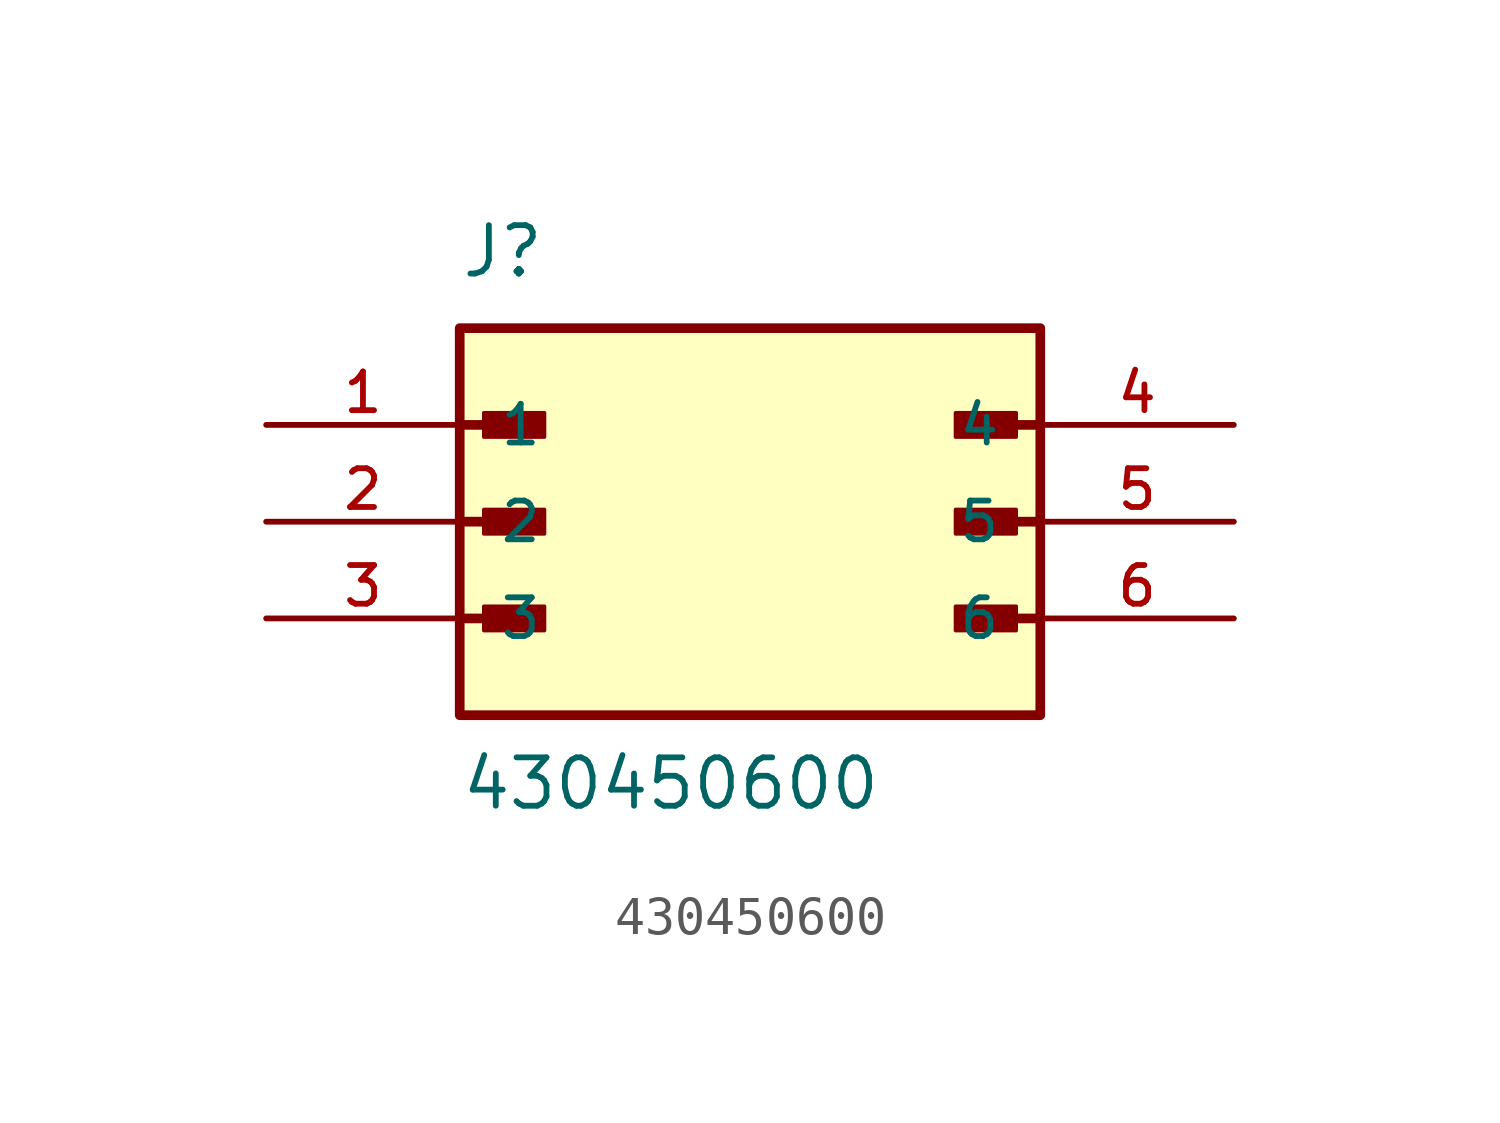
<source format=kicad_sym>
(kicad_symbol_lib
  (version 20211014)
  (generator kicad_symbol_editor)
  (symbol "430450600"
    (pin_names
      (offset 1.016))
    (property "Reference" "J"
      (at -7.62 6.35 0)
      (effects (font (size 1.27 1.27)) (justify bottom left)))
    (property "Value" "430450600"
      (at -7.62 -7.62 0)
      (effects (font (size 1.27 1.27)) (justify bottom left)))
    (symbol "430450600_0_0"
      (polyline (pts (xy -7.62 2.54) (xy -5.715 2.54)) (stroke (width 0.254)))
      (rectangle (start -6.985 2.223) (end -5.397 2.857) (stroke (width 0.1)) (fill (type outline)))
      (polyline (pts (xy -7.62 0.0) (xy -5.715 0.0)) (stroke (width 0.254)))
      (rectangle (start -6.985 -0.318) (end -5.397 0.318) (stroke (width 0.1)) (fill (type outline)))
      (polyline (pts (xy -7.62 -2.54) (xy -5.715 -2.54)) (stroke (width 0.254)))
      (rectangle (start -6.985 -2.857) (end -5.397 -2.223) (stroke (width 0.1)) (fill (type outline)))
      (polyline (pts (xy 7.62 2.54) (xy 5.715 2.54)) (stroke (width 0.254)))
      (rectangle (start 5.397 2.223) (end 6.985 2.857) (stroke (width 0.1)) (fill (type outline)))
      (polyline (pts (xy 7.62 0.0) (xy 5.715 0.0)) (stroke (width 0.254)))
      (rectangle (start 5.397 -0.318) (end 6.985 0.318) (stroke (width 0.1)) (fill (type outline)))
      (polyline (pts (xy 7.62 -2.54) (xy 5.715 -2.54)) (stroke (width 0.254)))
      (rectangle (start 5.397 -2.857) (end 6.985 -2.223) (stroke (width 0.1)) (fill (type outline)))
      (rectangle (start -7.62 -5.08) (end 7.62 5.08) (stroke (width 0.254)) (fill (type background)))
      (pin passive line (at -12.7 2.54 0) (length 5.08) (name "1" (effects (font (size 1.016 1.016)))) (number "1" (effects (font (size 1.016 1.016)))))
      (pin passive line (at -12.7 0.0 0) (length 5.08) (name "2" (effects (font (size 1.016 1.016)))) (number "2" (effects (font (size 1.016 1.016)))))
      (pin passive line (at -12.7 -2.54 0) (length 5.08) (name "3" (effects (font (size 1.016 1.016)))) (number "3" (effects (font (size 1.016 1.016)))))
      (pin passive line (at 12.7 2.54 180.0) (length 5.08) (name "4" (effects (font (size 1.016 1.016)))) (number "4" (effects (font (size 1.016 1.016)))))
      (pin passive line (at 12.7 0.0 180.0) (length 5.08) (name "5" (effects (font (size 1.016 1.016)))) (number "5" (effects (font (size 1.016 1.016)))))
      (pin passive line (at 12.7 -2.54 180.0) (length 5.08) (name "6" (effects (font (size 1.016 1.016)))) (number "6" (effects (font (size 1.016 1.016))))))))
</source>
